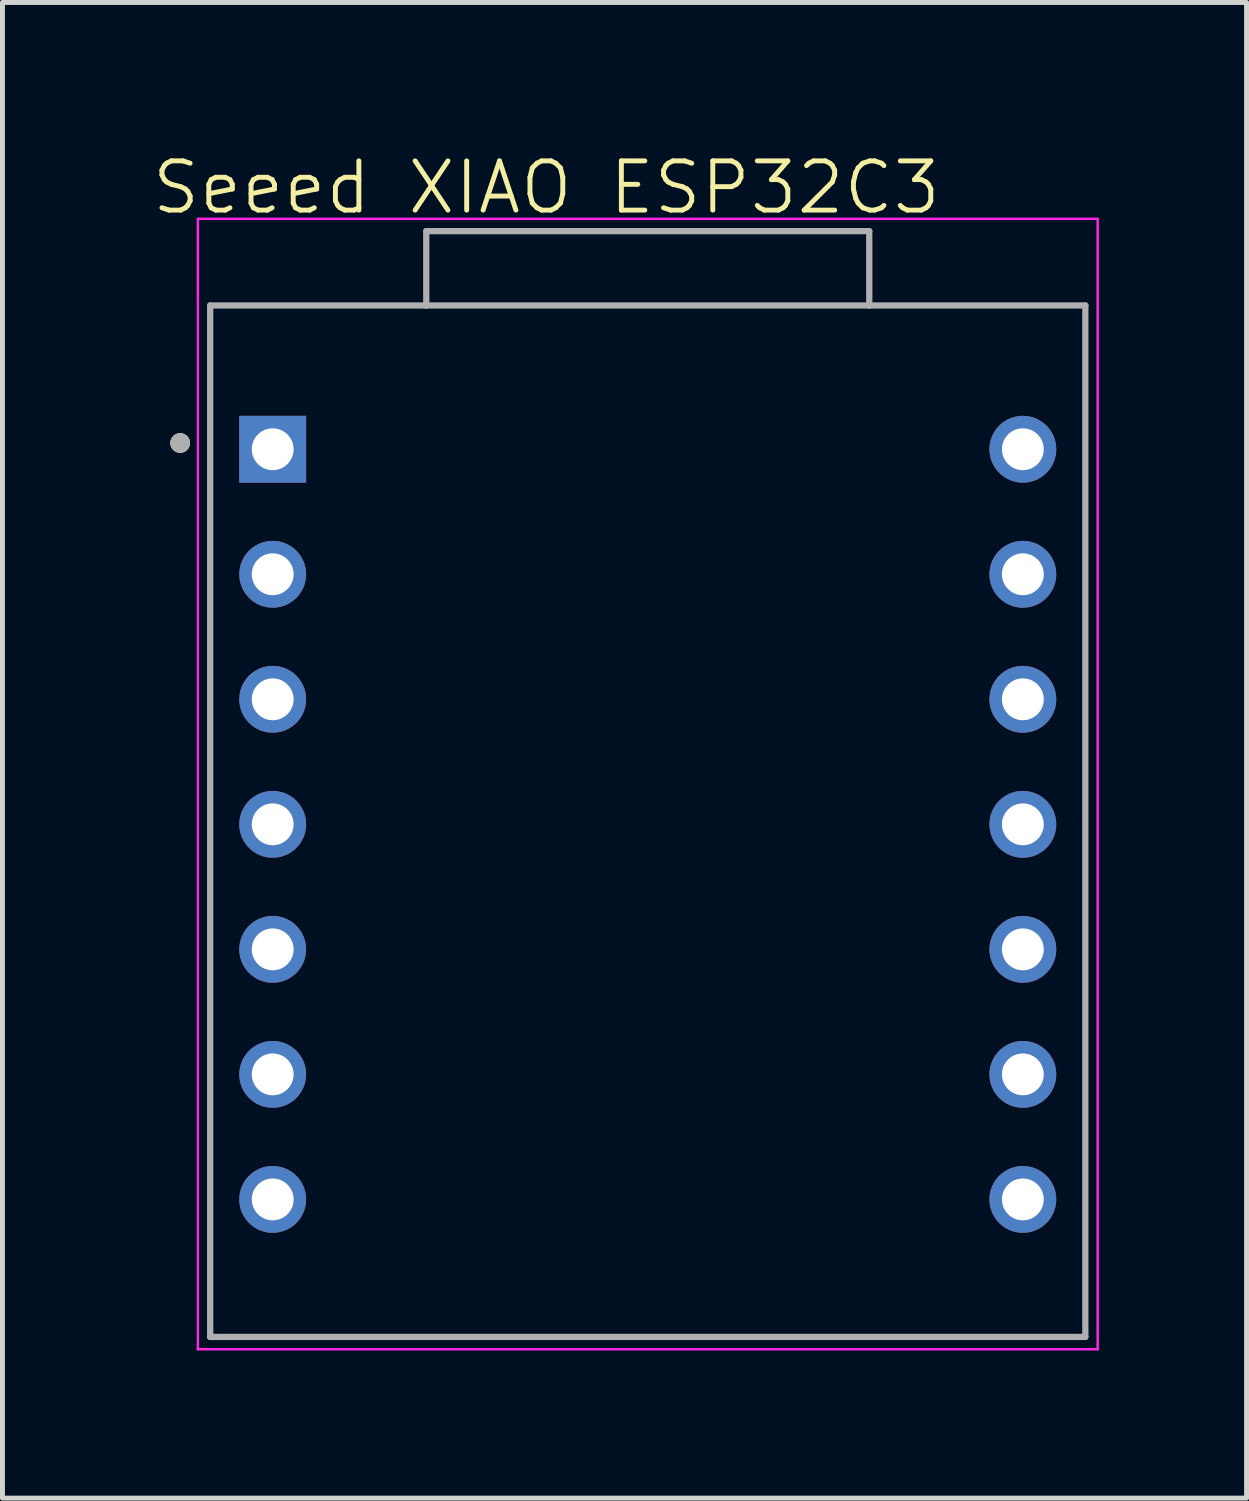
<source format=kicad_pcb>
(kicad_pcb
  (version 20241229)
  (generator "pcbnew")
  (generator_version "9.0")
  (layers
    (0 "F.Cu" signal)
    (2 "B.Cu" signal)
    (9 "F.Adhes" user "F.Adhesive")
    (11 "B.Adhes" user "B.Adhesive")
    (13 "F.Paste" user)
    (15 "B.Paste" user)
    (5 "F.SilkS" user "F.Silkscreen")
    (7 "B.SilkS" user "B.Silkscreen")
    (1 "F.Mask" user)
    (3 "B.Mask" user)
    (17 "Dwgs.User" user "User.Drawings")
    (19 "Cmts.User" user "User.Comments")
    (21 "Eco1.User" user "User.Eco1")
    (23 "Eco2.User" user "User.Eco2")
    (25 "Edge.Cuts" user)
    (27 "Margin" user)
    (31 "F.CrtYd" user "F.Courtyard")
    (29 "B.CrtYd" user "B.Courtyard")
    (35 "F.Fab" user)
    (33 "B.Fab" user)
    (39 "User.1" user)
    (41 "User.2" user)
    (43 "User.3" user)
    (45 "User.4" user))
  (footprint "Seeed XIAO ESP32C3"
    (layer "F.Cu")
    (at 10.05 13.761)
    (property "Reference" "Seeed XIAO ESP32C3" (at -2 -13 0) (unlocked yes) (layer "F.SilkS") (effects (font (size 1 1) (thickness 0.1))))
    (attr smd)
    (fp_circle (center -9.44 -7.811) (end -9.34 -7.811) (stroke (width 0.2) (type solid)) (fill no) (layer "F.SilkS"))
    (fp_line (start -9.08 -12.365) (end -9.08 10.6) (stroke (width 0.05) (type solid)) (layer "F.CrtYd"))
    (fp_line (start -9.08 10.6) (end 9.2 10.6) (stroke (width 0.05) (type solid)) (layer "F.CrtYd"))
    (fp_line (start 9.2 -12.365) (end -9.08 -12.365) (stroke (width 0.05) (type solid)) (layer "F.CrtYd"))
    (fp_line (start 9.2 10.6) (end 9.2 -12.365) (stroke (width 0.05) (type solid)) (layer "F.CrtYd"))
    (fp_line (start -8.83 -10.605) (end -4.44 -10.605) (stroke (width 0.127) (type solid)) (layer "F.Fab"))
    (fp_line (start -8.83 10.35) (end -8.83 -10.605) (stroke (width 0.127) (type solid)) (layer "F.Fab"))
    (fp_line (start -4.44 -12.115) (end 4.56 -12.115) (stroke (width 0.127) (type solid)) (layer "F.Fab"))
    (fp_line (start -4.44 -10.605) (end -4.44 -12.115) (stroke (width 0.127) (type solid)) (layer "F.Fab"))
    (fp_line (start -4.44 -10.605) (end 4.56 -10.605) (stroke (width 0.127) (type solid)) (layer "F.Fab"))
    (fp_line (start 4.56 -12.115) (end 4.56 -10.605) (stroke (width 0.127) (type solid)) (layer "F.Fab"))
    (fp_line (start 4.56 -10.605) (end 8.95 -10.605) (stroke (width 0.127) (type solid)) (layer "F.Fab"))
    (fp_line (start 8.95 -10.605) (end 8.95 10.35) (stroke (width 0.127) (type solid)) (layer "F.Fab"))
    (fp_line (start 8.95 10.35) (end -8.83 10.35) (stroke (width 0.127) (type solid)) (layer "F.Fab"))
    (fp_circle (center -9.44 -7.811) (end -9.34 -7.811) (stroke (width 0.2) (type solid)) (fill no) (layer "F.Fab"))
    (pad "1" thru_hole rect (at -7.56 -7.684) (size 1.358 1.358) (drill 0.85) (layers "*.Cu" "*.Mask"))
    (pad "2" thru_hole circle (at -7.56 -5.144) (size 1.358 1.358) (drill 0.85) (layers "*.Cu" "*.Mask"))
    (pad "3" thru_hole circle (at -7.56 -2.604) (size 1.358 1.358) (drill 0.85) (layers "*.Cu" "*.Mask"))
    (pad "4" thru_hole circle (at -7.56 -0.064) (size 1.358 1.358) (drill 0.85) (layers "*.Cu" "*.Mask"))
    (pad "5" thru_hole circle (at -7.56 2.476) (size 1.358 1.358) (drill 0.85) (layers "*.Cu" "*.Mask"))
    (pad "6" thru_hole circle (at -7.56 5.016) (size 1.358 1.358) (drill 0.85) (layers "*.Cu" "*.Mask"))
    (pad "7" thru_hole circle (at -7.56 7.556) (size 1.358 1.358) (drill 0.85) (layers "*.Cu" "*.Mask"))
    (pad "8" thru_hole circle (at 7.68 7.556) (size 1.358 1.358) (drill 0.85) (layers "*.Cu" "*.Mask"))
    (pad "9" thru_hole circle (at 7.68 5.016) (size 1.358 1.358) (drill 0.85) (layers "*.Cu" "*.Mask"))
    (pad "10" thru_hole circle (at 7.68 2.476) (size 1.358 1.358) (drill 0.85) (layers "*.Cu" "*.Mask"))
    (pad "11" thru_hole circle (at 7.68 -0.064) (size 1.358 1.358) (drill 0.85) (layers "*.Cu" "*.Mask"))
    (pad "12" thru_hole circle (at 7.68 -2.604) (size 1.358 1.358) (drill 0.85) (layers "*.Cu" "*.Mask"))
    (pad "13" thru_hole circle (at 7.68 -5.144) (size 1.358 1.358) (drill 0.85) (layers "*.Cu" "*.Mask"))
    (pad "14" thru_hole circle (at 7.68 -7.684) (size 1.358 1.358) (drill 0.85) (layers "*.Cu" "*.Mask")))
  (gr_rect
    (start -3 -3)
    (end 22.275 27.386)
    (stroke (width 0.1) (type default))
    (fill no)
    (layer "Edge.Cuts")))
</source>
